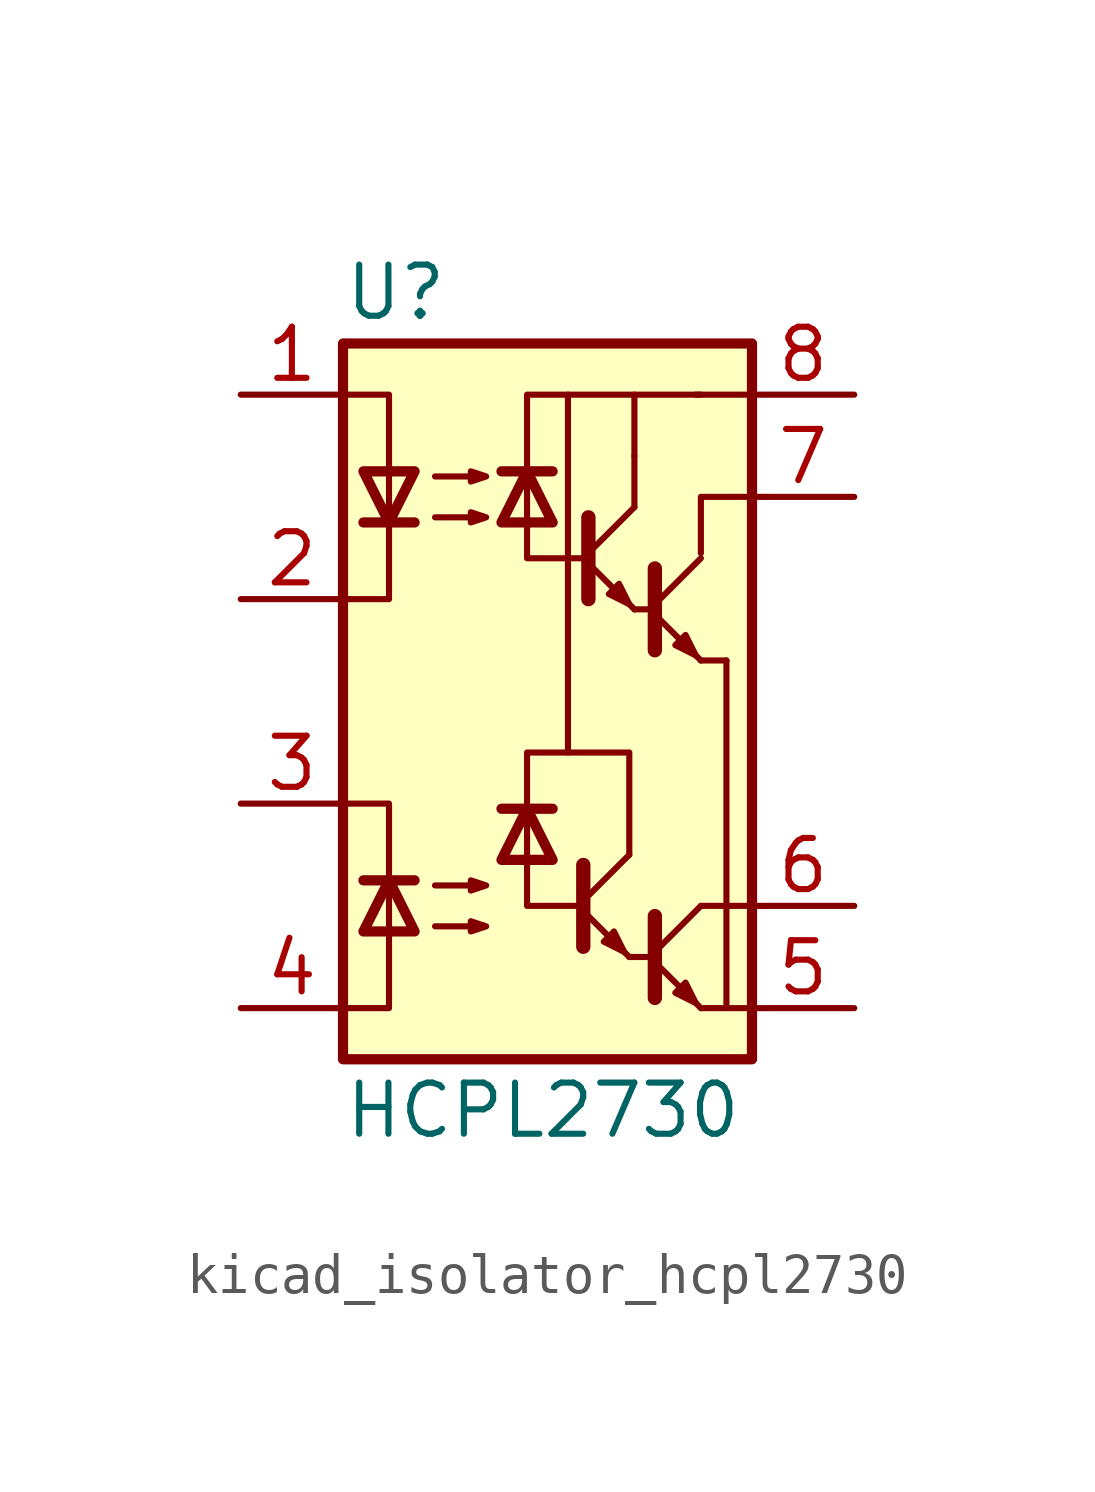
<source format=kicad_sym>
(kicad_symbol_lib
  (version 20220914)
  (generator kicad_symbol_editor)
  (symbol "kicad_isolator_hcpl2730"
    (pin_names
      (offset 0.762) hide)
    (property "Reference" "U"
      (at -5.08 10.16 0)
      (effects (font (size 1.27 1.27)) (justify left)))
    (property "Value" "HCPL2730"
      (at -5.08 -10.16 0)
      (effects (font (size 1.27 1.27)) (justify left)))
    (symbol "kicad_isolator_hcpl2730_0_1"
      (rectangle (start -5.08 8.89) (end 5.08 -8.89) (stroke (width 0.254) (type default)) (fill (type background)))
      (polyline (pts (xy -4.572 -4.445) (xy -3.302 -4.445)) (stroke (width 0.254) (type default)) (fill (type none)))
      (polyline (pts (xy -4.572 4.445) (xy -3.302 4.445)) (stroke (width 0.254) (type default)) (fill (type none)))
      (polyline (pts (xy -0.508 -4.572) (xy -0.508 -3.937)) (stroke (width 0) (type default)) (fill (type none)))
      (polyline (pts (xy 0.127 -2.667) (xy -1.143 -2.667)) (stroke (width 0.254) (type default)) (fill (type none)))
      (polyline (pts (xy 0.127 5.715) (xy -1.143 5.715)) (stroke (width 0.254) (type default)) (fill (type none)))
      (polyline (pts (xy 0.889 -5.207) (xy 2.032 -6.35)) (stroke (width 0) (type default)) (fill (type none)))
      (polyline (pts (xy 0.889 -4.953) (xy 2.032 -3.81)) (stroke (width 0) (type default)) (fill (type none)))
      (polyline (pts (xy 1.016 3.429) (xy 2.159 2.286)) (stroke (width 0) (type default)) (fill (type none)))
      (polyline (pts (xy 1.016 3.683) (xy 2.159 4.826)) (stroke (width 0) (type default)) (fill (type none)))
      (polyline (pts (xy 2.032 -6.35) (xy 2.54 -6.35)) (stroke (width 0) (type default)) (fill (type none)))
      (polyline (pts (xy 2.159 2.286) (xy 2.667 2.286)) (stroke (width 0) (type default)) (fill (type none)))
      (polyline (pts (xy 2.159 4.826) (xy 2.159 6.096)) (stroke (width 0) (type default)) (fill (type none)))
      (polyline (pts (xy 2.159 6.096) (xy 2.159 7.62)) (stroke (width 0) (type default)) (fill (type none)))
      (polyline (pts (xy 2.667 -6.477) (xy 3.81 -7.62)) (stroke (width 0) (type default)) (fill (type none)))
      (polyline (pts (xy 2.667 -6.223) (xy 3.81 -5.08)) (stroke (width 0) (type default)) (fill (type none)))
      (polyline (pts (xy 2.667 2.159) (xy 3.81 1.016)) (stroke (width 0) (type default)) (fill (type none)))
      (polyline (pts (xy 2.667 2.413) (xy 3.81 3.556)) (stroke (width 0) (type default)) (fill (type none)))
      (polyline (pts (xy 3.683 7.62) (xy 5.08 7.62)) (stroke (width 0) (type default)) (fill (type none)))
      (polyline (pts (xy 3.81 -7.62) (xy 5.08 -7.62)) (stroke (width 0) (type default)) (fill (type none)))
      (polyline (pts (xy 3.81 -5.08) (xy 5.08 -5.08)) (stroke (width 0) (type default)) (fill (type none)))
      (polyline (pts (xy 3.81 1.016) (xy 4.445 1.016)) (stroke (width 0) (type default)) (fill (type none)))
      (polyline (pts (xy 4.445 -7.62) (xy 4.445 1.016)) (stroke (width 0) (type default)) (fill (type none)))
      (polyline (pts (xy -0.508 -4.572) (xy -0.508 -5.08) (xy 0.762 -5.08)) (stroke (width 0) (type default)) (fill (type none)))
      (polyline (pts (xy -0.508 4.445) (xy -0.508 7.62) (xy 3.81 7.62)) (stroke (width 0) (type default)) (fill (type none)))
      (polyline (pts (xy -0.508 4.572) (xy -0.508 3.556) (xy 1.016 3.556)) (stroke (width 0) (type default)) (fill (type none)))
      (polyline (pts (xy 0.508 -1.27) (xy 2.032 -1.27) (xy 2.032 -3.81)) (stroke (width 0) (type default)) (fill (type none)))
      (polyline (pts (xy 0.889 -4.064) (xy 0.889 -6.096) (xy 0.889 -6.096)) (stroke (width 0.356) (type default)) (fill (type none)))
      (polyline (pts (xy 1.016 4.572) (xy 1.016 2.54) (xy 1.016 2.54)) (stroke (width 0.356) (type default)) (fill (type none)))
      (polyline (pts (xy 2.667 -5.334) (xy 2.667 -7.366) (xy 2.667 -7.366)) (stroke (width 0.356) (type default)) (fill (type none)))
      (polyline (pts (xy 2.667 3.302) (xy 2.667 1.27) (xy 2.667 1.27)) (stroke (width 0.356) (type default)) (fill (type none)))
      (polyline (pts (xy 3.81 3.683) (xy 3.81 5.08) (xy 5.08 5.08)) (stroke (width 0) (type default)) (fill (type none)))
      (polyline (pts (xy -5.08 -2.54) (xy -3.937 -2.54) (xy -3.937 -7.62) (xy -5.08 -7.62)) (stroke (width 0) (type default)) (fill (type none)))
      (polyline (pts (xy -5.08 7.62) (xy -3.937 7.62) (xy -3.937 2.54) (xy -5.08 2.54)) (stroke (width 0) (type default)) (fill (type none)))
      (polyline (pts (xy -3.937 -4.445) (xy -4.572 -5.715) (xy -3.302 -5.715) (xy -3.937 -4.445)) (stroke (width 0.254) (type default)) (fill (type none)))
      (polyline (pts (xy -3.937 4.445) (xy -4.572 5.715) (xy -3.302 5.715) (xy -3.937 4.445)) (stroke (width 0.254) (type default)) (fill (type none)))
      (polyline (pts (xy -0.508 -3.937) (xy -0.508 -1.27) (xy 0.508 -1.27) (xy 0.508 7.62)) (stroke (width 0) (type default)) (fill (type none)))
      (polyline (pts (xy -0.508 -2.667) (xy 0.127 -3.937) (xy -1.143 -3.937) (xy -0.508 -2.667)) (stroke (width 0.254) (type default)) (fill (type none)))
      (polyline (pts (xy -0.508 5.715) (xy 0.127 4.445) (xy -1.143 4.445) (xy -0.508 5.715)) (stroke (width 0.254) (type default)) (fill (type none)))
      (polyline (pts (xy 1.905 -6.223) (xy 1.651 -5.715) (xy 1.397 -5.969) (xy 1.905 -6.223)) (stroke (width 0) (type default)) (fill (type none)))
      (polyline (pts (xy 2.032 2.413) (xy 1.778 2.921) (xy 1.524 2.667) (xy 2.032 2.413)) (stroke (width 0) (type default)) (fill (type none)))
      (polyline (pts (xy 3.683 -7.493) (xy 3.429 -6.985) (xy 3.175 -7.239) (xy 3.683 -7.493)) (stroke (width 0) (type default)) (fill (type none)))
      (polyline (pts (xy 3.683 1.143) (xy 3.429 1.651) (xy 3.175 1.397) (xy 3.683 1.143)) (stroke (width 0) (type default)) (fill (type none)))
      (polyline (pts (xy -2.794 -5.588) (xy -1.524 -5.588) (xy -1.905 -5.715) (xy -1.905 -5.461) (xy -1.524 -5.588)) (stroke (width 0) (type default)) (fill (type none)))
      (polyline (pts (xy -2.794 -4.572) (xy -1.524 -4.572) (xy -1.905 -4.699) (xy -1.905 -4.445) (xy -1.524 -4.572)) (stroke (width 0) (type default)) (fill (type none)))
      (polyline (pts (xy -2.794 4.572) (xy -1.524 4.572) (xy -1.905 4.445) (xy -1.905 4.699) (xy -1.524 4.572)) (stroke (width 0) (type default)) (fill (type none)))
      (polyline (pts (xy -2.794 5.588) (xy -1.524 5.588) (xy -1.905 5.461) (xy -1.905 5.715) (xy -1.524 5.588)) (stroke (width 0) (type default)) (fill (type none))))
    (symbol "kicad_isolator_hcpl2730_1_1"
      (pin passive line (at -7.62 7.62 0) (length 2.54) (name "A1" (effects (font (size 1.27 1.27)))) (number "1" (effects (font (size 1.27 1.27)))))
      (pin passive line (at -7.62 2.54 0) (length 2.54) (name "C1" (effects (font (size 1.27 1.27)))) (number "2" (effects (font (size 1.27 1.27)))))
      (pin passive line (at -7.62 -2.54 0) (length 2.54) (name "C2" (effects (font (size 1.27 1.27)))) (number "3" (effects (font (size 1.27 1.27)))))
      (pin passive line (at -7.62 -7.62 0) (length 2.54) (name "A2" (effects (font (size 1.27 1.27)))) (number "4" (effects (font (size 1.27 1.27)))))
      (pin passive line (at 7.62 -7.62 180) (length 2.54) (name "GND" (effects (font (size 1.27 1.27)))) (number "5" (effects (font (size 1.27 1.27)))))
      (pin passive line (at 7.62 -5.08 180) (length 2.54) (name "VO2" (effects (font (size 1.27 1.27)))) (number "6" (effects (font (size 1.27 1.27)))))
      (pin passive line (at 7.62 5.08 180) (length 2.54) (name "VO1" (effects (font (size 1.27 1.27)))) (number "7" (effects (font (size 1.27 1.27)))))
      (pin passive line (at 7.62 7.62 180) (length 2.54) (name "VCC" (effects (font (size 1.27 1.27)))) (number "8" (effects (font (size 1.27 1.27))))))))
</source>
